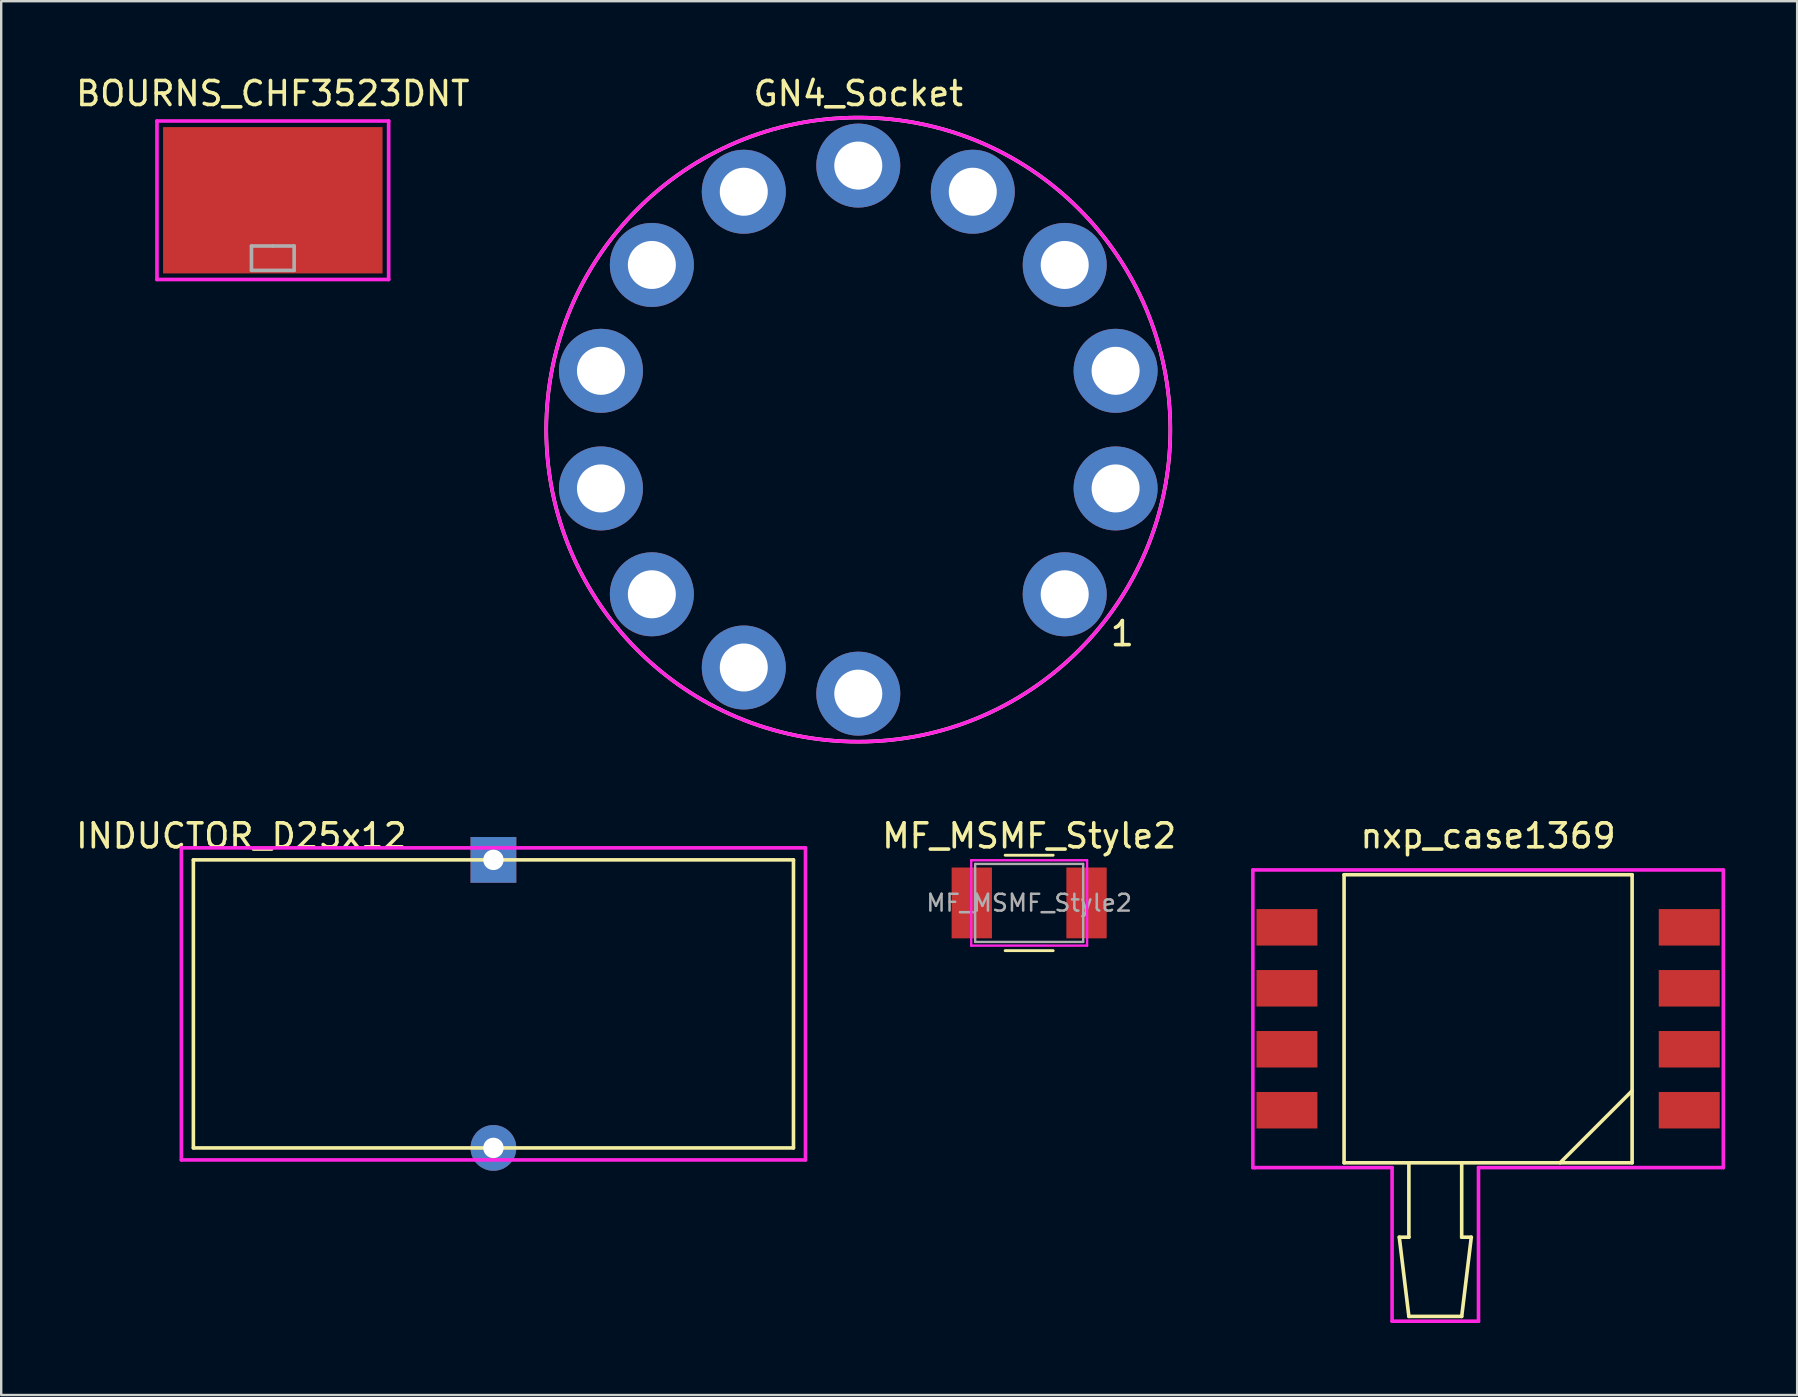
<source format=kicad_pcb>
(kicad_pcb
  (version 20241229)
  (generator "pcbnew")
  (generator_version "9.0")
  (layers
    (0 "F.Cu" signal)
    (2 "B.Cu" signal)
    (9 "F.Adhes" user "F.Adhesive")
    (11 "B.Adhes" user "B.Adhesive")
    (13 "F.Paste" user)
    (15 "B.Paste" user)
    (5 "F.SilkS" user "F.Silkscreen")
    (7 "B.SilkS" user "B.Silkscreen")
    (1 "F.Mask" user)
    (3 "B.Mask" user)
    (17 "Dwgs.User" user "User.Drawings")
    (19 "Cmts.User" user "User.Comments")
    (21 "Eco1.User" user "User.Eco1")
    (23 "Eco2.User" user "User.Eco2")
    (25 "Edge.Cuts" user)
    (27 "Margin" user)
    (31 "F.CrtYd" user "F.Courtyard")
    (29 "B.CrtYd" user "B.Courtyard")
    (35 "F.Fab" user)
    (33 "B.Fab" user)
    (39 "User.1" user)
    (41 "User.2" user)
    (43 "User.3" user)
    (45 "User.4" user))
  (footprint "BOURNS_CHF3523DNT"
    (layer "F.Cu")
    (at 8.315 5.293)
    (property "Reference" "BOURNS_CHF3523DNT" (at 0 -4.445 0) (layer "F.SilkS") (effects (font (size 1 1) (thickness 0.15))))
    (attr through_hole)
    (fp_line (start -4.826 -3.302) (end -4.826 3.302) (stroke (width 0.152) (type solid)) (layer "F.CrtYd"))
    (fp_line (start -4.826 3.302) (end 4.826 3.302) (stroke (width 0.152) (type solid)) (layer "F.CrtYd"))
    (fp_line (start 4.826 -3.302) (end -4.826 -3.302) (stroke (width 0.152) (type solid)) (layer "F.CrtYd"))
    (fp_line (start 4.826 3.302) (end 4.826 -3.302) (stroke (width 0.152) (type solid)) (layer "F.CrtYd"))
    (fp_line (start -0.889 1.905) (end 0 1.905) (stroke (width 0.15) (type solid)) (layer "F.Fab"))
    (fp_line (start -0.889 2.921) (end -0.889 1.905) (stroke (width 0.15) (type solid)) (layer "F.Fab"))
    (fp_line (start 0 1.905) (end 0.889 1.905) (stroke (width 0.15) (type solid)) (layer "F.Fab"))
    (fp_line (start 0.889 1.905) (end 0.889 2.921) (stroke (width 0.15) (type solid)) (layer "F.Fab"))
    (fp_line (start 0.889 2.921) (end -0.889 2.921) (stroke (width 0.15) (type solid)) (layer "F.Fab"))
    (pad "1" smd rect (at 0 0) (size 9.144 6.096) (layers "F.Cu" "F.Mask" "F.Paste")))
  (footprint "INDUCTOR_D25x12"
    (layer "F.Cu")
    (at 17.506 38.772)
    (property "Reference" "INDUCTOR_D25x12" (at -10.5 -7 0) (layer "F.SilkS") (effects (font (size 1 1) (thickness 0.15))))
    (attr through_hole)
    (fp_line (start -12.5 -6) (end -12.5 6) (stroke (width 0.15) (type solid)) (layer "F.SilkS"))
    (fp_line (start -12.5 6) (end 12.5 6) (stroke (width 0.15) (type solid)) (layer "F.SilkS"))
    (fp_line (start 0 -6) (end -12.5 -6) (stroke (width 0.15) (type solid)) (layer "F.SilkS"))
    (fp_line (start 12.5 -6) (end 0 -6) (stroke (width 0.15) (type solid)) (layer "F.SilkS"))
    (fp_line (start 12.5 6) (end 12.5 -6) (stroke (width 0.15) (type solid)) (layer "F.SilkS"))
    (fp_line (start -13 -6.5) (end 13 -6.5) (stroke (width 0.15) (type solid)) (layer "F.CrtYd"))
    (fp_line (start -13 6.5) (end -13 -6.5) (stroke (width 0.15) (type solid)) (layer "F.CrtYd"))
    (fp_line (start 13 -6.5) (end 13 6.5) (stroke (width 0.15) (type solid)) (layer "F.CrtYd"))
    (fp_line (start 13 6.5) (end -13 6.5) (stroke (width 0.15) (type solid)) (layer "F.CrtYd"))
    (pad "1" thru_hole rect (at 0 -6) (size 1.905 1.905) (drill 0.85) (layers "*.Cu" "*.Mask"))
    (pad "2" thru_hole circle (at 0 6) (size 1.905 1.905) (drill 0.85) (layers "*.Cu" "*.Mask")))
  (footprint "MF_MSMF_Style2"
    (layer "F.Cu")
    (at 39.825 34.566)
    (property "Reference" "MF_MSMF_Style2" (at 0 -2.794 0) (layer "F.SilkS") (effects (font (size 1 1) (thickness 0.15))))
    (attr smd)
    (fp_line (start -1 -1.988) (end 1 -1.988) (stroke (width 0.12) (type solid)) (layer "F.SilkS"))
    (fp_line (start 1 1.988) (end -1 1.988) (stroke (width 0.12) (type solid)) (layer "F.SilkS"))
    (fp_line (start -2.413 -1.778) (end 2.413 -1.778) (stroke (width 0.1) (type solid)) (layer "F.CrtYd"))
    (fp_line (start -2.413 1.778) (end -2.413 -1.778) (stroke (width 0.1) (type solid)) (layer "F.CrtYd"))
    (fp_line (start 2.413 -1.778) (end 2.413 1.778) (stroke (width 0.1) (type solid)) (layer "F.CrtYd"))
    (fp_line (start 2.413 1.778) (end -2.413 1.778) (stroke (width 0.1) (type solid)) (layer "F.CrtYd"))
    (fp_line (start -2.25 -1.625) (end 2.25 -1.625) (stroke (width 0.1) (type solid)) (layer "F.Fab"))
    (fp_line (start -2.25 1.625) (end -2.25 -1.625) (stroke (width 0.1) (type solid)) (layer "F.Fab"))
    (fp_line (start -2.25 1.625) (end 2.25 1.625) (stroke (width 0.1) (type solid)) (layer "F.Fab"))
    (fp_line (start 2.25 1.625) (end 2.25 -1.625) (stroke (width 0.1) (type solid)) (layer "F.Fab"))
    (fp_text user "${REFERENCE}" (at 0 0 0) (layer "F.Fab") (effects (font (size 0.7 0.7) (thickness 0.105))))
    (pad "1" smd rect (at -2.39 0) (size 1.68 2.95) (layers "F.Cu" "F.Mask" "F.Paste"))
    (pad "2" smd rect (at 2.39 0) (size 1.68 2.95) (layers "F.Cu" "F.Mask" "F.Paste")))
  (footprint "GN4_Socket"
    (layer "F.Cu")
    (at 32.706 14.848)
    (property "Reference" "GN4_Socket" (at 0 -14 0) (layer "F.SilkS") (effects (font (size 1 1) (thickness 0.15))))
    (attr through_hole)
    (fp_circle (center 0 0) (end 13 0) (stroke (width 0.15) (type solid)) (fill no) (layer "F.SilkS"))
    (fp_circle (center 0 0) (end 13 0) (stroke (width 0.15) (type solid)) (fill no) (layer "F.CrtYd"))
    (fp_text user "1" (at 11 8.5 0) (layer "F.SilkS") (effects (font (size 1 1) (thickness 0.15))))
    (pad "1" thru_hole circle (at 8.6 6.86) (size 3.5 3.5) (drill 2) (layers "*.Cu" "*.Mask"))
    (pad "2" thru_hole circle (at 10.72 2.45) (size 3.5 3.5) (drill 2) (layers "*.Cu" "*.Mask"))
    (pad "3" thru_hole circle (at 10.72 -2.45) (size 3.5 3.5) (drill 2) (layers "*.Cu" "*.Mask"))
    (pad "4" thru_hole circle (at 8.6 -6.86) (size 3.5 3.5) (drill 2) (layers "*.Cu" "*.Mask"))
    (pad "5" thru_hole circle (at 4.77 -9.91) (size 3.5 3.5) (drill 2) (layers "*.Cu" "*.Mask"))
    (pad "6" thru_hole circle (at 0 -11) (size 3.5 3.5) (drill 2) (layers "*.Cu" "*.Mask"))
    (pad "7" thru_hole circle (at -4.77 -9.91) (size 3.5 3.5) (drill 2) (layers "*.Cu" "*.Mask"))
    (pad "8" thru_hole circle (at -8.6 -6.86) (size 3.5 3.5) (drill 2) (layers "*.Cu" "*.Mask"))
    (pad "9" thru_hole circle (at -10.72 -2.45) (size 3.5 3.5) (drill 2) (layers "*.Cu" "*.Mask"))
    (pad "10" thru_hole circle (at -10.72 2.45) (size 3.5 3.5) (drill 2) (layers "*.Cu" "*.Mask"))
    (pad "11" thru_hole circle (at -8.6 6.86) (size 3.5 3.5) (drill 2) (layers "*.Cu" "*.Mask"))
    (pad "12" thru_hole circle (at -4.77 9.91) (size 3.5 3.5) (drill 2) (layers "*.Cu" "*.Mask"))
    (pad "13" thru_hole circle (at 0 11) (size 3.5 3.5) (drill 2) (layers "*.Cu" "*.Mask")))
  (footprint "nxp_case1369"
    (layer "F.Cu")
    (at 58.944 39.392)
    (property "Reference" "nxp_case1369" (at 0 -7.62 0) (layer "F.SilkS") (effects (font (size 1 1) (thickness 0.15))))
    (attr through_hole)
    (fp_line (start -6 -6) (end -6 6) (stroke (width 0.15) (type solid)) (layer "F.SilkS"))
    (fp_line (start -6 -6) (end 6 -6) (stroke (width 0.15) (type solid)) (layer "F.SilkS"))
    (fp_line (start -6 6) (end 6 6) (stroke (width 0.15) (type solid)) (layer "F.SilkS"))
    (fp_line (start -3.7 9.1) (end -3.3 9.1) (stroke (width 0.15) (type solid)) (layer "F.SilkS"))
    (fp_line (start -3.7 9.1) (end -3.3 12.4) (stroke (width 0.15) (type solid)) (layer "F.SilkS"))
    (fp_line (start -3.3 9.1) (end -3.3 6) (stroke (width 0.15) (type solid)) (layer "F.SilkS"))
    (fp_line (start -3.3 12.4) (end -1.1 12.4) (stroke (width 0.15) (type solid)) (layer "F.SilkS"))
    (fp_line (start -1.1 9.1) (end -1.1 6) (stroke (width 0.15) (type solid)) (layer "F.SilkS"))
    (fp_line (start -1.1 12.4) (end -0.7 9.1) (stroke (width 0.15) (type solid)) (layer "F.SilkS"))
    (fp_line (start -0.7 9.1) (end -1.1 9.1) (stroke (width 0.15) (type solid)) (layer "F.SilkS"))
    (fp_line (start 3 6) (end 6 3) (stroke (width 0.15) (type solid)) (layer "F.SilkS"))
    (fp_line (start 6 -6) (end 6 6) (stroke (width 0.15) (type solid)) (layer "F.SilkS"))
    (fp_line (start -9.8 -6.2) (end 9.8 -6.2) (stroke (width 0.15) (type solid)) (layer "F.CrtYd"))
    (fp_line (start -9.8 6.2) (end -9.8 -6.2) (stroke (width 0.15) (type solid)) (layer "F.CrtYd"))
    (fp_line (start -9.7 6.2) (end -9.8 6.2) (stroke (width 0.15) (type solid)) (layer "F.CrtYd"))
    (fp_line (start -4 6.2) (end -9.7 6.2) (stroke (width 0.15) (type solid)) (layer "F.CrtYd"))
    (fp_line (start -4 12.6) (end -4 6.2) (stroke (width 0.15) (type solid)) (layer "F.CrtYd"))
    (fp_line (start -0.4 6.2) (end -0.4 12.6) (stroke (width 0.15) (type solid)) (layer "F.CrtYd"))
    (fp_line (start -0.4 12.6) (end -4 12.6) (stroke (width 0.15) (type solid)) (layer "F.CrtYd"))
    (fp_line (start 9.8 -6.2) (end 9.8 6.2) (stroke (width 0.15) (type solid)) (layer "F.CrtYd"))
    (fp_line (start 9.8 6.2) (end -0.4 6.2) (stroke (width 0.15) (type solid)) (layer "F.CrtYd"))
    (pad "1" smd rect (at 8.38 3.81) (size 2.54 1.52) (layers "F.Cu" "F.Mask" "F.Paste"))
    (pad "2" smd rect (at 8.38 1.27) (size 2.54 1.52) (layers "F.Cu" "F.Mask" "F.Paste"))
    (pad "3" smd rect (at 8.38 -1.27) (size 2.54 1.52) (layers "F.Cu" "F.Mask" "F.Paste"))
    (pad "4" smd rect (at 8.38 -3.81) (size 2.54 1.52) (layers "F.Cu" "F.Mask" "F.Paste"))
    (pad "5" smd rect (at -8.38 -3.81) (size 2.54 1.52) (layers "F.Cu" "F.Mask" "F.Paste"))
    (pad "6" smd rect (at -8.38 -1.27) (size 2.54 1.52) (layers "F.Cu" "F.Mask" "F.Paste"))
    (pad "7" smd rect (at -8.38 1.27) (size 2.54 1.52) (layers "F.Cu" "F.Mask" "F.Paste"))
    (pad "8" smd rect (at -8.38 3.81) (size 2.54 1.52) (layers "F.Cu" "F.Mask" "F.Paste")))
  (gr_rect
    (start -3 -3)
    (end 71.819 55.066)
    (stroke (width 0.1) (type default))
    (fill no)
    (layer "Edge.Cuts")))
</source>
